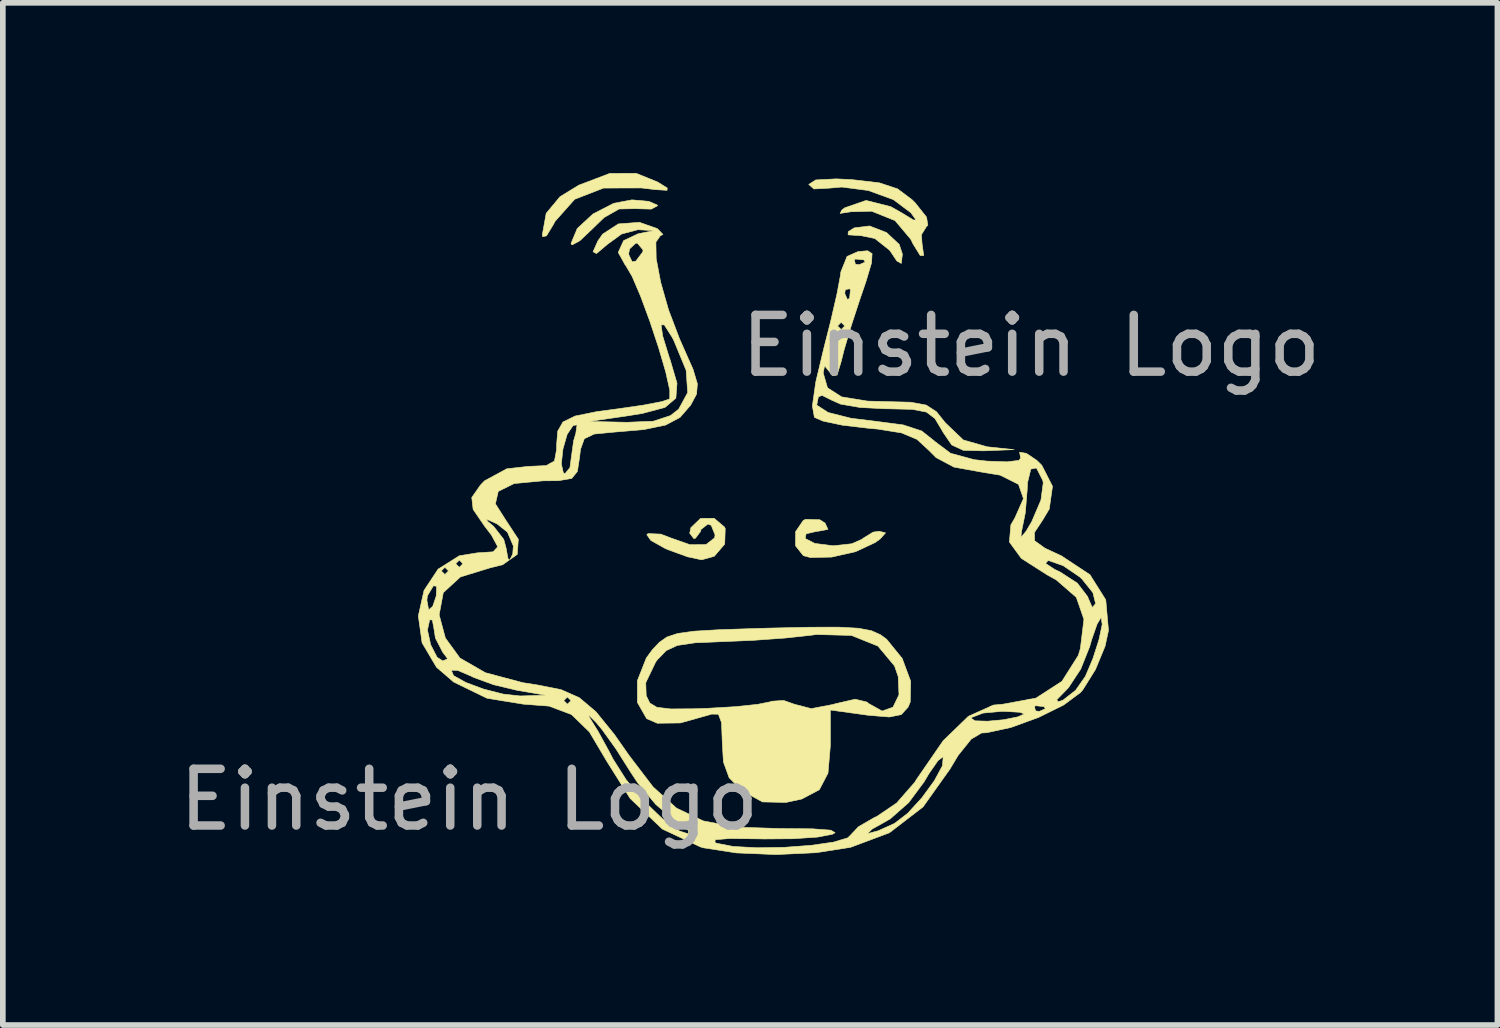
<source format=kicad_pcb>
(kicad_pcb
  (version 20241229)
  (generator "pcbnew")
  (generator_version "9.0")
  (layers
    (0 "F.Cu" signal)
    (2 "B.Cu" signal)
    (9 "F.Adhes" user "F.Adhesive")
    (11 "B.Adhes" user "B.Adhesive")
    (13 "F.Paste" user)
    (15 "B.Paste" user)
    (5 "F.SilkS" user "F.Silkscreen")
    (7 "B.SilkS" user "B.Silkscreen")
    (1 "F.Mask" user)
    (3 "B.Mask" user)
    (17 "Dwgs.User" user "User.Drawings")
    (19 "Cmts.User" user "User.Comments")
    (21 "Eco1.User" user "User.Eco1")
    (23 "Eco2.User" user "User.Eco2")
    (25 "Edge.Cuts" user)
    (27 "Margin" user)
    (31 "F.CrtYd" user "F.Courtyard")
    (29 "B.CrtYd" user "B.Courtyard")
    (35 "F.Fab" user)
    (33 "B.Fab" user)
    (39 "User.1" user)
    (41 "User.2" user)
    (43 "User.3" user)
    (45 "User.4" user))
  (footprint "Einstein Logo"
    (layer "F.Cu")
    (at 10.427 7.491)
    (property "Reference" "Einstein Logo" (at 4.699 -4.445 0) (unlocked yes) (layer "F.Fab") (effects (font (size 1 1) (thickness 0.15))))
    (attr smd)
    (fp_poly (pts (xy 2.15 -6.442) (xy 2.374 -6.233) (xy 2.43 -6.062) (xy 2.411 -5.897) (xy 2.333 -5.94) (xy 2.206 -6.129) (xy 1.943 -6.337) (xy 1.699 -6.387) (xy 1.473 -6.401) (xy 1.475 -6.457) (xy 1.58 -6.524) (xy 1.85 -6.558) (xy 2.15 -6.442)) (stroke (width 0.01) (type solid)) (fill yes) (layer "F.SilkS"))
    (fp_poly (pts (xy -2.042 -6.992) (xy -1.892 -6.927) (xy -1.888 -6.913) (xy -1.996 -6.855) (xy -2.258 -6.862) (xy -2.268 -6.863) (xy -2.564 -6.857) (xy -2.828 -6.707) (xy -3.03 -6.511) (xy -3.256 -6.297) (xy -3.393 -6.223) (xy -3.412 -6.248) (xy -3.301 -6.514) (xy -3.023 -6.77) (xy -2.659 -6.957) (xy -2.338 -7.018) (xy -2.042 -6.992)) (stroke (width 0.01) (type solid)) (fill yes) (layer "F.SilkS"))
    (fp_poly (pts (xy -1.888 -7.334) (xy -1.716 -7.228) (xy -1.718 -7.186) (xy -1.922 -7.198) (xy -2.17 -7.228) (xy -2.837 -7.226) (xy -3.346 -7.029) (xy -3.693 -6.639) (xy -3.716 -6.594) (xy -3.844 -6.383) (xy -3.912 -6.369) (xy -3.917 -6.404) (xy -3.849 -6.781) (xy -3.605 -7.074) (xy -3.274 -7.277) (xy -2.729 -7.484) (xy -2.263 -7.486) (xy -1.888 -7.334)) (stroke (width 0.01) (type solid)) (fill yes) (layer "F.SilkS"))
    (fp_poly (pts (xy 0.975 -1.379) (xy 1.067 -1.32) (xy 1.118 -1.21) (xy 0.945 -1.176) (xy 0.924 -1.176) (xy 0.733 -1.131) (xy 0.716 -1.049) (xy 0.885 -0.962) (xy 1.192 -0.922) (xy 1.224 -0.922) (xy 1.538 -0.956) (xy 1.725 -1.039) (xy 1.732 -1.049) (xy 1.914 -1.161) (xy 2.022 -1.176) (xy 2.133 -1.148) (xy 2.038 -1.041) (xy 1.949 -0.977) (xy 1.604 -0.816) (xy 1.183 -0.721) (xy 0.808 -0.713) (xy 0.684 -0.746) (xy 0.546 -0.92) (xy 0.548 -1.17) (xy 0.682 -1.366) (xy 0.724 -1.387) (xy 0.975 -1.379)) (stroke (width 0.01) (type solid)) (fill yes) (layer "F.SilkS"))
    (fp_poly (pts (xy -0.704 -1.249) (xy -0.693 -1.223) (xy -0.702 -0.95) (xy -0.886 -0.735) (xy -1.109 -0.673) (xy -1.358 -0.726) (xy -1.701 -0.851) (xy -1.761 -0.878) (xy -2.005 -1.015) (xy -2.076 -1.116) (xy -2.053 -1.135) (xy -1.829 -1.126) (xy -1.649 -1.057) (xy -1.314 -0.939) (xy -1.031 -0.942) (xy -0.88 -1.06) (xy -0.872 -1.112) (xy -0.94 -1.281) (xy -0.999 -1.303) (xy -1.122 -1.206) (xy -1.126 -1.176) (xy -1.219 -1.052) (xy -1.249 -1.049) (xy -1.319 -1.142) (xy -1.299 -1.239) (xy -1.128 -1.403) (xy -0.889 -1.405) (xy -0.704 -1.249)) (stroke (width 0.01) (type solid)) (fill yes) (layer "F.SilkS"))
    (fp_poly (pts (xy 1.547 -7.374) (xy 2.025 -7.318) (xy 2.345 -7.212) (xy 2.6 -7.021) (xy 2.658 -6.963) (xy 2.856 -6.713) (xy 2.879 -6.567) (xy 2.857 -6.552) (xy 2.766 -6.404) (xy 2.776 -6.25) (xy 2.806 -6.036) (xy 2.744 -6.037) (xy 2.616 -6.244) (xy 2.579 -6.322) (xy 2.301 -6.652) (xy 1.888 -6.818) (xy 1.523 -6.808) (xy 1.332 -6.779) (xy 1.363 -6.839) (xy 1.414 -6.878) (xy 1.79 -7.008) (xy 2.226 -6.898) (xy 2.403 -6.798) (xy 2.626 -6.662) (xy 2.669 -6.666) (xy 2.579 -6.791) (xy 2.273 -7.021) (xy 1.829 -7.183) (xy 1.362 -7.244) (xy 1.149 -7.225) (xy 0.87 -7.21) (xy 0.779 -7.29) (xy 0.902 -7.369) (xy 1.264 -7.388) (xy 1.547 -7.374)) (stroke (width 0.01) (type solid)) (fill yes) (layer "F.SilkS"))
    (fp_poly (pts (xy 1.653 0.533) (xy 1.883 0.576) (xy 2.044 0.648) (xy 2.152 0.727) (xy 2.427 1.066) (xy 2.576 1.468) (xy 2.568 1.836) (xy 2.53 1.925) (xy 2.41 2.056) (xy 2.2 2.098) (xy 1.824 2.067) (xy 1.783 2.061) (xy 1.16 1.975) (xy 1.16 2.607) (xy 1.119 3.087) (xy 0.966 3.38) (xy 0.656 3.544) (xy 0.378 3.604) (xy -0.036 3.595) (xy -0.395 3.399) (xy -0.624 3.169) (xy -0.725 2.89) (xy -0.745 2.548) (xy -0.758 2.198) (xy -0.813 2.049) (xy -0.935 2.047) (xy -0.967 2.058) (xy -1.484 2.203) (xy -1.89 2.208) (xy -2.078 2.127) (xy -2.241 1.842) (xy -2.241 1.494) (xy -2.094 1.494) (xy -2.086 1.722) (xy -2.022 1.852) (xy -1.897 1.927) (xy -1.653 1.956) (xy -1.235 1.953) (xy -1.008 1.945) (xy -0.518 1.916) (xy -0.123 1.875) (xy 0.107 1.829) (xy 0.126 1.82) (xy 0.337 1.806) (xy 0.529 1.874) (xy 0.824 1.95) (xy 1.213 1.876) (xy 1.242 1.866) (xy 1.598 1.784) (xy 1.806 1.835) (xy 1.832 1.859) (xy 2.073 1.993) (xy 2.264 1.925) (xy 2.37 1.706) (xy 2.356 1.385) (xy 2.291 1.197) (xy 1.999 0.848) (xy 1.532 0.66) (xy 0.917 0.644) (xy 0.809 0.658) (xy 0.364 0.706) (xy -0.205 0.747) (xy -0.73 0.769) (xy -1.225 0.79) (xy -1.536 0.836) (xy -1.734 0.928) (xy -1.889 1.088) (xy -1.918 1.127) (xy -2.094 1.494) (xy -2.241 1.494) (xy -2.241 1.456) (xy -2.084 1.058) (xy -1.98 0.915) (xy -1.855 0.782) (xy -1.721 0.688) (xy -1.53 0.625) (xy -1.238 0.585) (xy -0.797 0.559) (xy -0.163 0.538) (xy 0.084 0.531) (xy 0.799 0.515) (xy 1.307 0.514) (xy 1.653 0.533)) (stroke (width 0.01) (type solid)) (fill yes) (layer "F.SilkS"))
    (fp_poly (pts (xy -1.888 -6.51) (xy -1.791 -6.409) (xy -1.837 -6.385) (xy -1.915 -6.274) (xy -1.91 -5.983) (xy -1.831 -5.566) (xy -1.692 -5.078) (xy -1.501 -4.575) (xy -1.442 -4.441) (xy -1.261 -4.033) (xy -1.184 -3.776) (xy -1.198 -3.595) (xy -1.296 -3.411) (xy -1.306 -3.395) (xy -1.49 -3.183) (xy -1.744 -3.048) (xy -2.132 -2.968) (xy -2.65 -2.924) (xy -3.003 -2.89) (xy -3.177 -2.807) (xy -3.244 -2.621) (xy -3.261 -2.477) (xy -3.299 -2.23) (xy -3.398 -2.108) (xy -3.63 -2.068) (xy -3.912 -2.065) (xy -4.414 -2.017) (xy -4.694 -1.879) (xy -4.744 -1.66) (xy -4.562 -1.374) (xy -4.34 -1.036) (xy -4.359 -0.768) (xy -4.486 -0.678) (xy -4.439 -0.774) (xy -4.428 -0.917) (xy -4.532 -1.16) (xy -4.713 -1.305) (xy -4.902 -1.391) (xy -4.881 -1.35) (xy -4.777 -1.264) (xy -4.597 -1.033) (xy -4.555 -0.876) (xy -4.523 -0.695) (xy -4.496 -0.672) (xy -4.616 -0.586) (xy -4.835 -0.532) (xy -5.362 -0.37) (xy -5.663 -0.094) (xy -5.736 0.297) (xy -5.626 0.706) (xy -5.369 1.059) (xy -4.921 1.317) (xy -4.26 1.493) (xy -3.992 1.535) (xy -3.588 1.615) (xy -3.266 1.757) (xy -2.972 2.005) (xy -2.649 2.403) (xy -2.387 2.777) (xy -1.966 3.329) (xy -1.552 3.704) (xy -1.079 3.93) (xy -0.484 4.04) (xy 0.271 4.064) (xy 0.846 4.069) (xy 1.169 4.093) (xy 1.244 4.138) (xy 1.193 4.166) (xy 0.933 4.215) (xy 0.504 4.244) (xy -0.01 4.248) (xy -0.11 4.246) (xy -0.613 4.24) (xy -0.869 4.261) (xy -0.875 4.309) (xy -0.842 4.324) (xy -0.553 4.38) (xy -0.132 4.403) (xy 0.35 4.395) (xy 0.823 4.36) (xy 1.218 4.303) (xy 1.465 4.229) (xy 1.511 4.185) (xy 1.548 4.146) (xy 1.822 4.146) (xy 1.833 4.15) (xy 2.008 4.102) (xy 2.287 3.976) (xy 2.294 3.972) (xy 2.523 3.796) (xy 2.773 3.523) (xy 2.994 3.22) (xy 3.136 2.957) (xy 3.149 2.802) (xy 3.147 2.8) (xy 3.058 2.866) (xy 2.899 3.095) (xy 2.81 3.245) (xy 2.541 3.607) (xy 2.218 3.892) (xy 2.13 3.943) (xy 1.896 4.074) (xy 1.822 4.146) (xy 1.548 4.146) (xy 1.656 4.032) (xy 1.938 3.869) (xy 1.978 3.852) (xy 2.329 3.614) (xy 2.646 3.251) (xy 2.685 3.189) (xy 3.148 2.517) (xy 3.559 2.119) (xy 3.642 2.119) (xy 3.708 2.165) (xy 3.931 2.172) (xy 4.215 2.146) (xy 4.467 2.095) (xy 4.579 2.045) (xy 4.504 2.015) (xy 4.251 2) (xy 4.174 1.999) (xy 3.851 2.029) (xy 3.655 2.104) (xy 3.642 2.119) (xy 3.559 2.119) (xy 3.593 2.086) (xy 3.973 1.915) (xy 4.759 1.915) (xy 4.776 1.99) (xy 4.843 1.999) (xy 4.948 1.953) (xy 4.928 1.915) (xy 4.777 1.899) (xy 4.759 1.915) (xy 3.973 1.915) (xy 4.031 1.888) (xy 4.202 1.872) (xy 4.621 1.795) (xy 5.15 1.795) (xy 5.177 1.829) (xy 5.261 1.801) (xy 5.483 1.628) (xy 5.656 1.381) (xy 5.79 1.064) (xy 5.896 0.732) (xy 5.952 0.466) (xy 5.935 0.349) (xy 5.93 0.348) (xy 5.863 0.458) (xy 5.767 0.733) (xy 5.732 0.856) (xy 5.574 1.253) (xy 5.358 1.581) (xy 5.315 1.626) (xy 5.15 1.795) (xy 4.621 1.795) (xy 4.784 1.765) (xy 5.242 1.469) (xy 5.53 1.014) (xy 5.567 0.894) (xy 5.63 0.375) (xy 5.496 -0.011) (xy 5.142 -0.319) (xy 4.981 -0.408) (xy 4.665 -0.61) (xy 4.953 -0.61) (xy 5.116 -0.503) (xy 5.206 -0.461) (xy 5.514 -0.262) (xy 5.696 -0.024) (xy 5.705 0.002) (xy 5.777 0.167) (xy 5.836 0.1) (xy 5.788 -0.094) (xy 5.593 -0.337) (xy 5.553 -0.373) (xy 5.263 -0.57) (xy 5.014 -0.657) (xy 4.995 -0.657) (xy 4.953 -0.61) (xy 4.665 -0.61) (xy 4.526 -0.699) (xy 4.316 -0.987) (xy 4.323 -1.067) (xy 4.519 -1.067) (xy 4.609 -1.175) (xy 4.709 -1.344) (xy 4.872 -1.725) (xy 4.913 -2.03) (xy 4.904 -2.074) (xy 4.793 -2.292) (xy 4.694 -2.272) (xy 4.636 -2.034) (xy 4.63 -1.906) (xy 4.597 -1.502) (xy 4.531 -1.176) (xy 4.519 -1.067) (xy 4.323 -1.067) (xy 4.342 -1.289) (xy 4.413 -1.411) (xy 4.564 -1.752) (xy 4.477 -2.003) (xy 4.153 -2.165) (xy 3.811 -2.222) (xy 3.339 -2.307) (xy 3.024 -2.475) (xy 2.893 -2.606) (xy 2.687 -2.796) (xy 2.415 -2.91) (xy 1.997 -2.977) (xy 1.812 -2.994) (xy 1.372 -3.046) (xy 1.032 -3.118) (xy 0.879 -3.184) (xy 0.843 -3.384) (xy 0.903 -3.807) (xy 1.037 -4.369) (xy 1.064 -4.478) (xy 1.16 -4.478) (xy 1.207 -4.373) (xy 1.245 -4.393) (xy 1.26 -4.544) (xy 1.245 -4.562) (xy 1.17 -4.545) (xy 1.16 -4.478) (xy 1.064 -4.478) (xy 1.145 -4.795) (xy 1.287 -4.795) (xy 1.351 -4.732) (xy 1.414 -4.795) (xy 1.351 -4.859) (xy 1.287 -4.795) (xy 1.145 -4.795) (xy 1.17 -4.896) (xy 1.277 -5.362) (xy 1.278 -5.367) (xy 1.414 -5.367) (xy 1.461 -5.262) (xy 1.499 -5.282) (xy 1.514 -5.433) (xy 1.499 -5.451) (xy 1.424 -5.434) (xy 1.414 -5.367) (xy 1.278 -5.367) (xy 1.338 -5.688) (xy 1.345 -5.748) (xy 1.43 -5.959) (xy 1.584 -5.959) (xy 1.601 -5.884) (xy 1.668 -5.875) (xy 1.773 -5.921) (xy 1.753 -5.959) (xy 1.602 -5.975) (xy 1.584 -5.959) (xy 1.43 -5.959) (xy 1.454 -6.021) (xy 1.647 -6.106) (xy 1.817 -6.121) (xy 1.896 -6.07) (xy 1.886 -5.907) (xy 1.79 -5.584) (xy 1.677 -5.253) (xy 1.526 -4.791) (xy 1.401 -4.368) (xy 1.351 -4.167) (xy 1.278 -3.93) (xy 1.196 -3.92) (xy 1.154 -3.976) (xy 1.059 -4.092) (xy 1.035 -3.977) (xy 1.035 -3.963) (xy 1.11 -3.705) (xy 1.36 -3.545) (xy 1.813 -3.471) (xy 2.13 -3.462) (xy 2.576 -3.451) (xy 2.849 -3.401) (xy 3.031 -3.283) (xy 3.187 -3.088) (xy 3.503 -2.786) (xy 3.926 -2.665) (xy 4.399 -2.615) (xy 3.862 -2.594) (xy 3.506 -2.602) (xy 3.299 -2.698) (xy 3.142 -2.929) (xy 3.129 -2.954) (xy 3.004 -3.163) (xy 2.854 -3.277) (xy 2.605 -3.325) (xy 2.183 -3.335) (xy 2.135 -3.335) (xy 1.685 -3.358) (xy 1.338 -3.418) (xy 1.188 -3.485) (xy 1.015 -3.571) (xy 0.949 -3.546) (xy 0.92 -3.4) (xy 1.121 -3.27) (xy 1.525 -3.168) (xy 1.939 -3.117) (xy 2.444 -3.051) (xy 2.771 -2.944) (xy 2.993 -2.768) (xy 3.002 -2.759) (xy 3.279 -2.551) (xy 3.697 -2.438) (xy 3.918 -2.413) (xy 4.274 -2.4) (xy 4.485 -2.426) (xy 4.514 -2.465) (xy 4.496 -2.57) (xy 4.614 -2.55) (xy 4.797 -2.428) (xy 4.887 -2.34) (xy 5.076 -1.969) (xy 5.019 -1.568) (xy 4.903 -1.374) (xy 4.758 -1.155) (xy 4.761 -1.009) (xy 4.944 -0.877) (xy 5.233 -0.743) (xy 5.736 -0.411) (xy 6.015 0.033) (xy 6.063 0.572) (xy 6.003 0.85) (xy 5.833 1.262) (xy 5.61 1.619) (xy 5.569 1.667) (xy 5.272 1.887) (xy 4.829 2.106) (xy 4.342 2.283) (xy 3.916 2.375) (xy 3.825 2.38) (xy 3.643 2.488) (xy 3.412 2.776) (xy 3.269 3.015) (xy 2.794 3.683) (xy 2.201 4.139) (xy 1.517 4.395) (xy 0.91 4.49) (xy 0.202 4.523) (xy -0.496 4.494) (xy -1.071 4.405) (xy -1.126 4.39) (xy -1.802 4.073) (xy -2.369 3.534) (xy -2.783 2.875) (xy -3.087 2.362) (xy -3.393 2.064) (xy -3.1 2.064) (xy -3.09 2.102) (xy -3.077 2.12) (xy -2.933 2.353) (xy -2.742 2.701) (xy -2.672 2.837) (xy -2.44 3.203) (xy -2.127 3.576) (xy -1.793 3.898) (xy -1.498 4.108) (xy -1.343 4.158) (xy -1.338 4.102) (xy -1.512 3.963) (xy -1.605 3.904) (xy -1.916 3.641) (xy -2.235 3.261) (xy -2.367 3.06) (xy -2.617 2.664) (xy -2.864 2.32) (xy -2.967 2.196) (xy -3.1 2.064) (xy -3.393 2.064) (xy -3.404 2.054) (xy -3.799 1.906) (xy -4.249 1.872) (xy -4.637 1.809) (xy -3.539 1.809) (xy -3.475 1.872) (xy -3.412 1.809) (xy -3.475 1.745) (xy -3.539 1.809) (xy -4.637 1.809) (xy -4.893 1.767) (xy -5.481 1.481) (xy -5.722 1.273) (xy -5.522 1.273) (xy -5.482 1.368) (xy -5.268 1.488) (xy -4.952 1.606) (xy -4.607 1.694) (xy -4.308 1.727) (xy -4.301 1.727) (xy -3.856 1.714) (xy -4.364 1.627) (xy -4.775 1.529) (xy -5.126 1.401) (xy -5.169 1.379) (xy -5.407 1.277) (xy -5.522 1.273) (xy -5.722 1.273) (xy -5.782 1.222) (xy -6.037 0.79) (xy -6.068 0.565) (xy -5.942 0.565) (xy -5.885 0.825) (xy -5.772 1.045) (xy -5.67 1.11) (xy -5.586 1.07) (xy -5.672 0.958) (xy -5.802 0.707) (xy -5.825 0.556) (xy -5.856 0.388) (xy -5.903 0.385) (xy -5.942 0.565) (xy -6.068 0.565) (xy -6.103 0.318) (xy -6.041 0.038) (xy -5.952 0.038) (xy -5.921 0.209) (xy -5.849 0.147) (xy -5.788 -0.033) (xy -5.779 -0.205) (xy -5.836 -0.216) (xy -5.942 -0.04) (xy -5.952 0.038) (xy -6.041 0.038) (xy -6.002 -0.134) (xy -5.775 -0.477) (xy -5.698 -0.477) (xy -5.634 -0.414) (xy -5.571 -0.477) (xy -5.634 -0.541) (xy -5.698 -0.477) (xy -5.775 -0.477) (xy -5.755 -0.508) (xy -5.602 -0.604) (xy -5.444 -0.604) (xy -5.38 -0.541) (xy -5.317 -0.604) (xy -5.38 -0.668) (xy -5.444 -0.604) (xy -5.602 -0.604) (xy -5.381 -0.744) (xy -5.068 -0.795) (xy -4.784 -0.814) (xy -4.703 -0.903) (xy -4.814 -1.109) (xy -4.936 -1.268) (xy -5.137 -1.562) (xy -5.161 -1.771) (xy -5.007 -1.991) (xy -4.936 -2.065) (xy -4.544 -2.277) (xy -4.174 -2.319) (xy -3.848 -2.334) (xy -3.796 -2.363) (xy -3.582 -2.363) (xy -3.546 -2.204) (xy -3.517 -2.192) (xy -3.43 -2.298) (xy -3.412 -2.435) (xy -3.366 -2.769) (xy -3.327 -2.901) (xy -3.305 -3.052) (xy -3.375 -3.04) (xy -3.48 -2.883) (xy -3.554 -2.624) (xy -3.582 -2.363) (xy -3.796 -2.363) (xy -3.703 -2.415) (xy -3.666 -2.616) (xy -3.666 -2.692) (xy -3.646 -2.94) (xy -3.554 -3.102) (xy -3.533 -3.112) (xy -3.094 -3.112) (xy -2.427 -3.097) (xy -1.96 -3.116) (xy -1.658 -3.215) (xy -1.514 -3.328) (xy -1.355 -3.62) (xy -1.382 -4.013) (xy -1.599 -4.539) (xy -1.63 -4.598) (xy -1.768 -4.815) (xy -1.824 -4.813) (xy -1.795 -4.616) (xy -1.681 -4.245) (xy -1.662 -4.191) (xy -1.543 -3.785) (xy -1.563 -3.522) (xy -1.755 -3.359) (xy -2.153 -3.253) (xy -2.414 -3.211) (xy -3.094 -3.112) (xy -3.533 -3.112) (xy -3.34 -3.207) (xy -2.957 -3.285) (xy -2.566 -3.337) (xy -2.133 -3.4) (xy -1.81 -3.462) (xy -1.671 -3.509) (xy -1.67 -3.661) (xy -1.742 -3.984) (xy -1.867 -4.411) (xy -2.022 -4.878) (xy -2.185 -5.319) (xy -2.335 -5.67) (xy -2.45 -5.866) (xy -2.46 -5.876) (xy -2.56 -6.058) (xy -2.396 -6.058) (xy -2.334 -5.926) (xy -2.269 -5.938) (xy -2.146 -6.101) (xy -2.142 -6.136) (xy -2.239 -6.252) (xy -2.269 -6.256) (xy -2.38 -6.152) (xy -2.396 -6.058) (xy -2.56 -6.058) (xy -2.579 -6.092) (xy -2.484 -6.3) (xy -2.226 -6.421) (xy -1.951 -6.475) (xy -2.232 -6.492) (xy -2.52 -6.416) (xy -2.772 -6.232) (xy -2.962 -6.071) (xy -3.023 -6.103) (xy -2.939 -6.292) (xy -2.854 -6.414) (xy -2.577 -6.594) (xy -2.205 -6.622) (xy -1.888 -6.51)) (stroke (width 0.01) (type solid)) (fill yes) (layer "F.SilkS"))
    (fp_text user "${REFERENCE}" (at -5.207 3.556 0) (unlocked yes) (layer "F.Fab") (effects (font (size 1 1) (thickness 0.15)))))
  (gr_rect
    (start -3 -3)
    (end 23.346 15.019)
    (stroke (width 0.1) (type default))
    (fill no)
    (layer "Edge.Cuts")))
</source>
